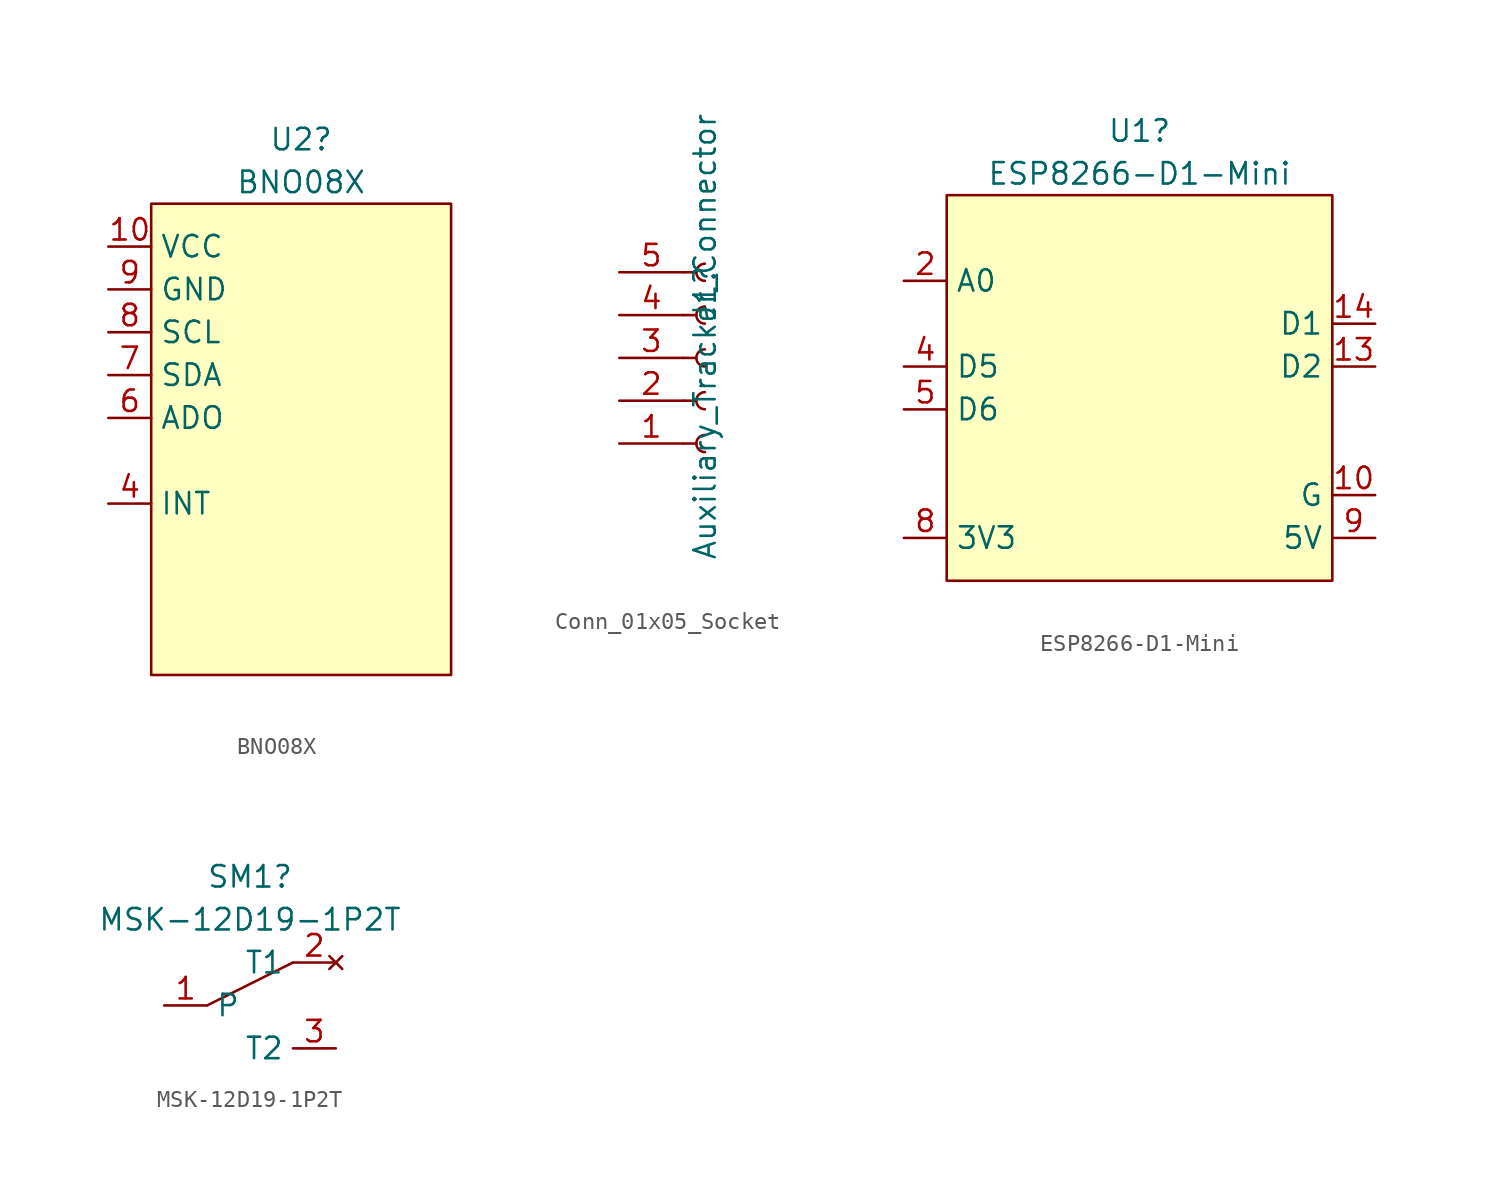
<source format=kicad_sym>
(kicad_symbol_lib
  (version 20220914)
  (generator kicad_symbol_editor)
  (symbol "BNO08X"
    (property "Reference" "U2"
      (at -13.97 29.21 0)
      (effects (font (size 1.27 1.27))))
    (property "Value" "BNO08X"
      (at -13.97 26.67 0)
      (effects (font (size 1.27 1.27))))
    (symbol "BNO08X_0_1"
      (rectangle (start -22.86 25.4) (end -5.08 -2.54) (stroke (width 0) (type default)) (fill (type background))))
    (symbol "BNO08X_1_1"
      (pin no_connect line (at -22.86 0 0) (length 2.54) hide (name "PS0" (effects (font (size 1.27 1.27)))) (number "1" (effects (font (size 1.27 1.27)))))
      (pin power_in line (at -25.4 22.86 0) (length 2.54) (name "VCC" (effects (font (size 1.27 1.27)))) (number "10" (effects (font (size 1.27 1.27)))))
      (pin no_connect line (at -22.86 2.54 0) (length 2.54) hide (name "PS1" (effects (font (size 1.27 1.27)))) (number "2" (effects (font (size 1.27 1.27)))))
      (pin no_connect line (at -22.86 5.08 0) (length 2.54) hide (name "RST" (effects (font (size 1.27 1.27)))) (number "3" (effects (font (size 1.27 1.27)))))
      (pin input line (at -25.4 7.62 0) (length 2.54) (name "INT" (effects (font (size 1.27 1.27)))) (number "4" (effects (font (size 1.27 1.27)))))
      (pin no_connect line (at -22.86 10.16 0) (length 2.54) hide (name "CS" (effects (font (size 1.27 1.27)))) (number "5" (effects (font (size 1.27 1.27)))))
      (pin input line (at -25.4 12.7 0) (length 2.54) (name "ADO" (effects (font (size 1.27 1.27)))) (number "6" (effects (font (size 1.27 1.27)))))
      (pin bidirectional line (at -25.4 15.24 0) (length 2.54) (name "SDA" (effects (font (size 1.27 1.27)))) (number "7" (effects (font (size 1.27 1.27)))))
      (pin input line (at -25.4 17.78 0) (length 2.54) (name "SCL" (effects (font (size 1.27 1.27)))) (number "8" (effects (font (size 1.27 1.27)))))
      (pin power_in line (at -25.4 20.32 0) (length 2.54) (name "GND" (effects (font (size 1.27 1.27)))) (number "9" (effects (font (size 1.27 1.27)))))))
  (symbol "Conn_01x05_Socket"
    (pin_names
      (offset 1.016) hide)
    (property "Reference" "J1"
      (at 0 3.81 90)
      (effects (font (size 1.27 1.27))))
    (property "Value" "Auxiliary_Tracker_Connector"
      (at 0 1.27 90)
      (effects (font (size 1.27 1.27))))
    (property "ki_locked" ""
      (at 0 0 0)
      (effects (font (size 1.27 1.27))))
    (symbol "Conn_01x05_Socket_1_1"
      (arc (start 0 -4.572) (mid -0.5058 -5.08) (end 0 -5.588) (stroke (width 0.1524) (type default)) (fill (type none)))
      (arc (start 0 -2.032) (mid -0.5058 -2.54) (end 0 -3.048) (stroke (width 0.1524) (type default)) (fill (type none)))
      (polyline (pts (xy -1.27 -5.08) (xy -0.508 -5.08)) (stroke (width 0.152) (type default)) (fill (type none)))
      (polyline (pts (xy -1.27 -2.54) (xy -0.508 -2.54)) (stroke (width 0.152) (type default)) (fill (type none)))
      (polyline (pts (xy -1.27 0) (xy -0.508 0)) (stroke (width 0.152) (type default)) (fill (type none)))
      (polyline (pts (xy -1.27 2.54) (xy -0.508 2.54)) (stroke (width 0.152) (type default)) (fill (type none)))
      (polyline (pts (xy -1.27 5.08) (xy -0.508 5.08)) (stroke (width 0.152) (type default)) (fill (type none)))
      (arc (start 0 0.508) (mid -0.5058 0) (end 0 -0.508) (stroke (width 0.1524) (type default)) (fill (type none)))
      (arc (start 0 3.048) (mid -0.5058 2.54) (end 0 2.032) (stroke (width 0.1524) (type default)) (fill (type none)))
      (arc (start 0 5.588) (mid -0.5058 5.08) (end 0 4.572) (stroke (width 0.1524) (type default)) (fill (type none)))
      (pin passive line (at -5.08 -5.08 0) (length 3.81) (name "Pin_1" (effects (font (size 1.27 1.27)))) (number "1" (effects (font (size 1.27 1.27)))))
      (pin passive line (at -5.08 -2.54 0) (length 3.81) (name "Pin_2" (effects (font (size 1.27 1.27)))) (number "2" (effects (font (size 1.27 1.27)))))
      (pin passive line (at -5.08 0 0) (length 3.81) (name "Pin_3" (effects (font (size 1.27 1.27)))) (number "3" (effects (font (size 1.27 1.27)))))
      (pin passive line (at -5.08 2.54 0) (length 3.81) (name "Pin_4" (effects (font (size 1.27 1.27)))) (number "4" (effects (font (size 1.27 1.27)))))
      (pin passive line (at -5.08 5.08 0) (length 3.81) (name "Pin_5" (effects (font (size 1.27 1.27)))) (number "5" (effects (font (size 1.27 1.27)))))))
  (symbol "ESP8266-D1-Mini"
    (property "Reference" "U1"
      (at 0 15.24 0)
      (effects (font (size 1.27 1.27))))
    (property "Value" "ESP8266-D1-Mini"
      (at 0 12.7 0)
      (effects (font (size 1.27 1.27))))
    (symbol "ESP8266-D1-Mini_0_1"
      (rectangle (start -11.43 11.43) (end 11.43 -11.43) (stroke (width 0) (type default)) (fill (type background))))
    (symbol "ESP8266-D1-Mini_1_1"
      (pin no_connect line (at -11.43 8.89 0) (length 2.54) hide (name "RST" (effects (font (size 1.27 1.27)))) (number "1" (effects (font (size 1.27 1.27)))))
      (pin power_in line (at 13.97 -6.35 180) (length 2.54) (name "G" (effects (font (size 1.27 1.27)))) (number "10" (effects (font (size 1.27 1.27)))))
      (pin no_connect line (at 11.43 -3.81 180) (length 2.54) hide (name "D4" (effects (font (size 1.27 1.27)))) (number "11" (effects (font (size 1.27 1.27)))))
      (pin no_connect line (at 11.43 -1.27 180) (length 2.54) hide (name "D3" (effects (font (size 1.27 1.27)))) (number "12" (effects (font (size 1.27 1.27)))))
      (pin bidirectional line (at 13.97 1.27 180) (length 2.54) (name "D2" (effects (font (size 1.27 1.27)))) (number "13" (effects (font (size 1.27 1.27)))))
      (pin bidirectional line (at 13.97 3.81 180) (length 2.54) (name "D1" (effects (font (size 1.27 1.27)))) (number "14" (effects (font (size 1.27 1.27)))))
      (pin no_connect line (at 11.43 6.35 180) (length 2.54) hide (name "RX" (effects (font (size 1.27 1.27)))) (number "15" (effects (font (size 1.27 1.27)))))
      (pin no_connect line (at 11.43 8.89 180) (length 2.54) hide (name "TX" (effects (font (size 1.27 1.27)))) (number "16" (effects (font (size 1.27 1.27)))))
      (pin input line (at -13.97 6.35 0) (length 2.54) (name "A0" (effects (font (size 1.27 1.27)))) (number "2" (effects (font (size 1.27 1.27)))))
      (pin no_connect line (at -11.43 3.81 0) (length 2.54) hide (name "D0" (effects (font (size 1.27 1.27)))) (number "3" (effects (font (size 1.27 1.27)))))
      (pin bidirectional line (at -13.97 1.27 0) (length 2.54) (name "D5" (effects (font (size 1.27 1.27)))) (number "4" (effects (font (size 1.27 1.27)))))
      (pin bidirectional line (at -13.97 -1.27 0) (length 2.54) (name "D6" (effects (font (size 1.27 1.27)))) (number "5" (effects (font (size 1.27 1.27)))))
      (pin no_connect line (at -11.43 -3.81 0) (length 2.54) hide (name "D7" (effects (font (size 1.27 1.27)))) (number "6" (effects (font (size 1.27 1.27)))))
      (pin no_connect line (at -11.43 -6.35 0) (length 2.54) hide (name "D8" (effects (font (size 1.27 1.27)))) (number "7" (effects (font (size 1.27 1.27)))))
      (pin power_out line (at -13.97 -8.89 0) (length 2.54) (name "3V3" (effects (font (size 1.27 1.27)))) (number "8" (effects (font (size 1.27 1.27)))))
      (pin power_in line (at 13.97 -8.89 180) (length 2.54) (name "5V" (effects (font (size 1.27 1.27)))) (number "9" (effects (font (size 1.27 1.27)))))))
  (symbol "MSK-12D19-1P2T"
    (property "Reference" "SM1"
      (at -1.27 -2.54 0)
      (effects (font (size 1.27 1.27))))
    (property "Value" "MSK-12D19-1P2T"
      (at -1.27 -5.08 0)
      (effects (font (size 1.27 1.27))))
    (symbol "MSK-12D19-1P2T_0_1"
      (polyline (pts (xy -3.81 -10.16) (xy 1.27 -7.62)) (stroke (width 0) (type default)) (fill (type none))))
    (symbol "MSK-12D19-1P2T_1_1"
      (pin passive line (at -6.35 -10.16 0) (length 2.54) (name "P" (effects (font (size 1.27 1.27)))) (number "1" (effects (font (size 1.27 1.27)))))
      (pin no_connect line (at 3.81 -7.62 180) (length 2.54) (name "T1" (effects (font (size 1.27 1.27)))) (number "2" (effects (font (size 1.27 1.27)))))
      (pin passive line (at 3.81 -12.7 180) (length 2.54) (name "T2" (effects (font (size 1.27 1.27)))) (number "3" (effects (font (size 1.27 1.27))))))))
</source>
